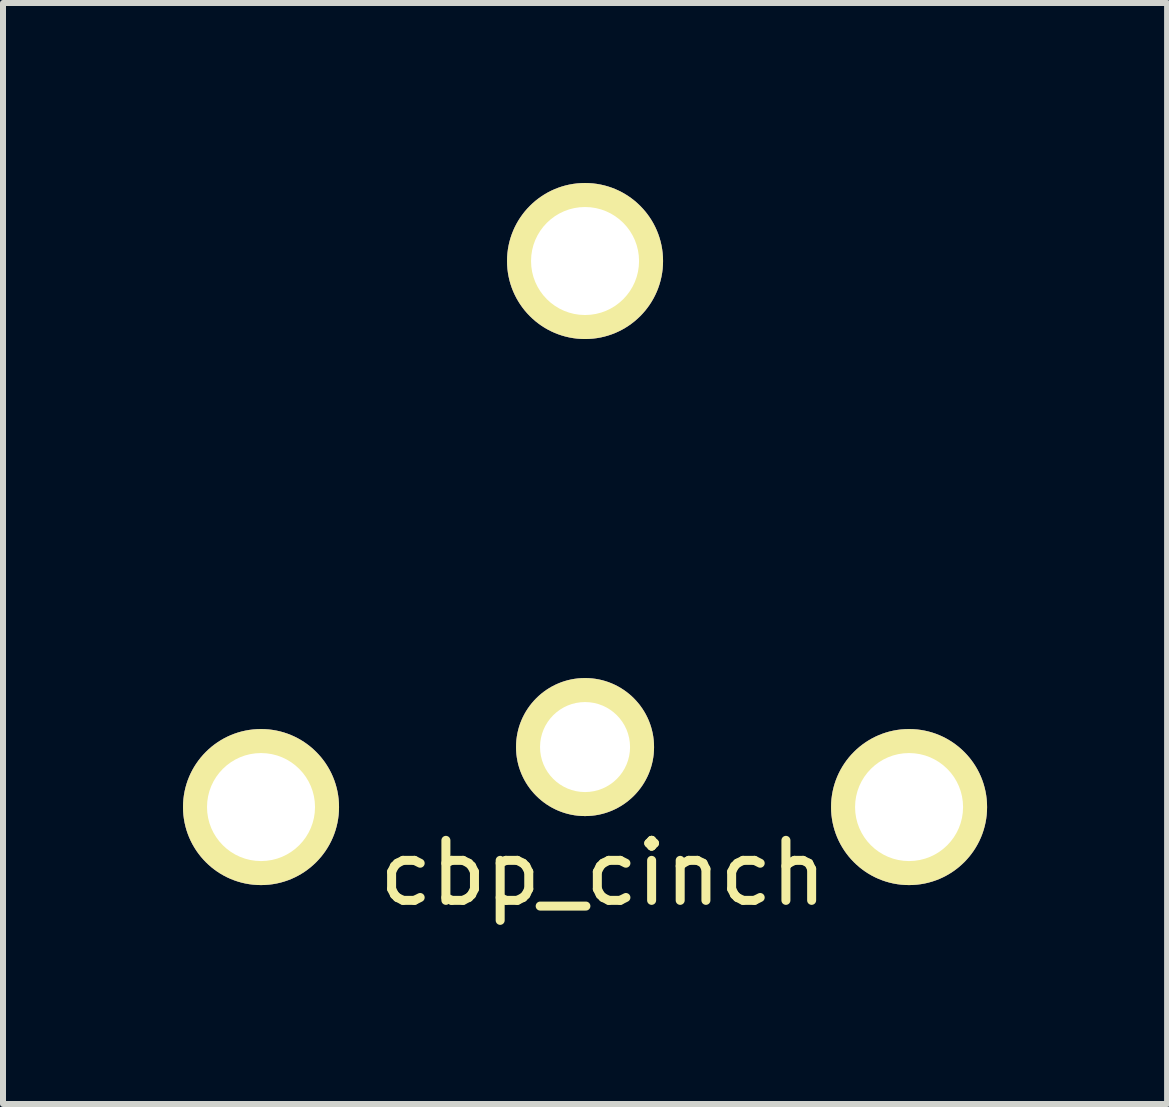
<source format=kicad_pcb>
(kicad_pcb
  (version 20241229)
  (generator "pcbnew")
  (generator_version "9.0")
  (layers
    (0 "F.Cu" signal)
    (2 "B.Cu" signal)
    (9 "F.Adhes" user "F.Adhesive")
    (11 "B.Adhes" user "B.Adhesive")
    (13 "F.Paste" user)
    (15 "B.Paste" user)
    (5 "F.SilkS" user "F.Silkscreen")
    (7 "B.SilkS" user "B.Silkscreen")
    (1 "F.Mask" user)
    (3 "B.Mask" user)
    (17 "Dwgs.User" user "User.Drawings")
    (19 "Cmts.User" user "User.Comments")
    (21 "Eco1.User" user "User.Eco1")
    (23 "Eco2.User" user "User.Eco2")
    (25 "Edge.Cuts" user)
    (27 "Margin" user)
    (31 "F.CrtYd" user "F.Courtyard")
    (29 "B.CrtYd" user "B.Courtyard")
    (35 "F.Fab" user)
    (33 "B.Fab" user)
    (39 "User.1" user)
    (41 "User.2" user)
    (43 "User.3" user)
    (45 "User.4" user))
  (footprint "cbp_cinch"
    (layer "F.Cu")
    (at 6.7 9.4)
    (property "Reference" "cbp_cinch" (at 0.3 2.1 0) (layer "F.SilkS") (effects (font (size 1 1) (thickness 0.15))))
    (attr through_hole)
    (pad "1" thru_hole circle (at 0 0) (size 2.3 2.3) (drill 1.5) (layers "*.Cu" "*.Mask" "F.SilkS"))
    (pad "2" thru_hole circle (at 0 -8.1) (size 2.6 2.6) (drill 1.8) (layers "*.Cu" "*.Mask" "F.SilkS"))
    (pad "3" thru_hole circle (at -5.4 1) (size 2.6 2.6) (drill 1.8) (layers "*.Cu" "*.Mask" "F.SilkS"))
    (pad "4" thru_hole circle (at 5.4 1) (size 2.6 2.6) (drill 1.8) (layers "*.Cu" "*.Mask" "F.SilkS")))
  (gr_rect
    (start -3 -3)
    (end 16.4 15.348)
    (stroke (width 0.1) (type default))
    (fill no)
    (layer "Edge.Cuts")))
</source>
